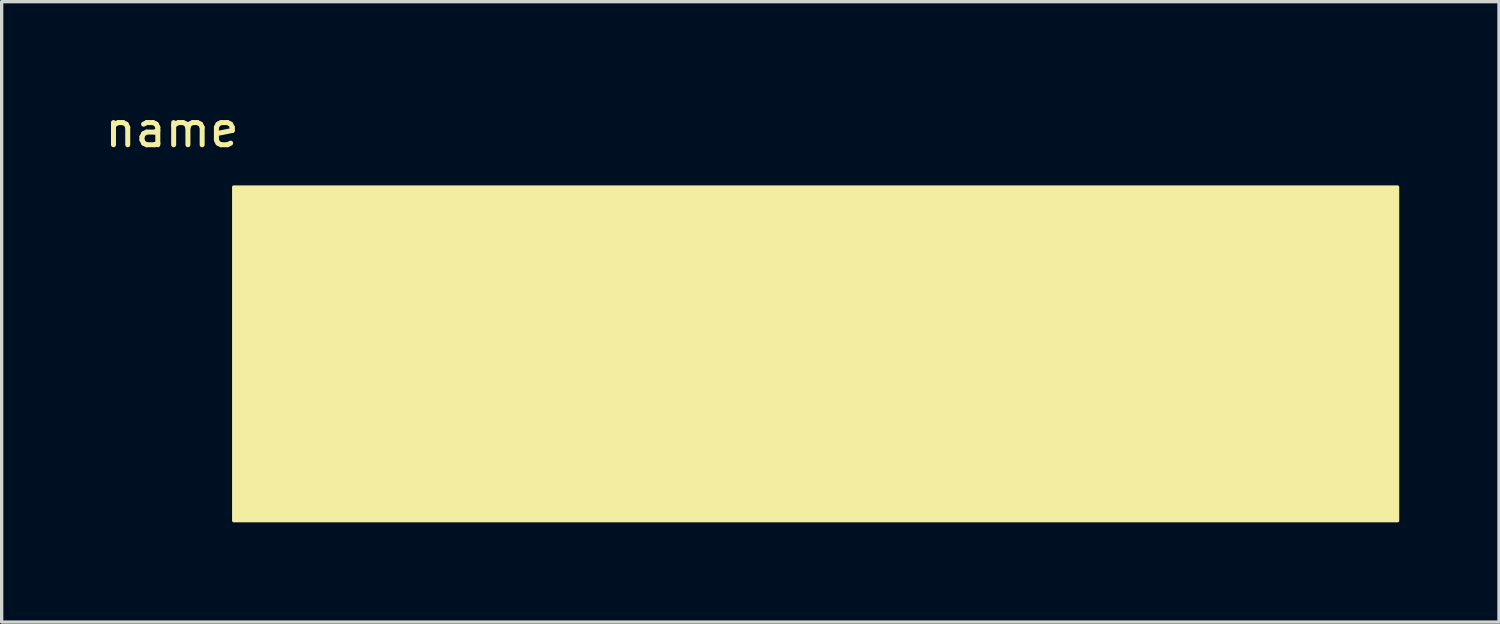
<source format=kicad_pcb>
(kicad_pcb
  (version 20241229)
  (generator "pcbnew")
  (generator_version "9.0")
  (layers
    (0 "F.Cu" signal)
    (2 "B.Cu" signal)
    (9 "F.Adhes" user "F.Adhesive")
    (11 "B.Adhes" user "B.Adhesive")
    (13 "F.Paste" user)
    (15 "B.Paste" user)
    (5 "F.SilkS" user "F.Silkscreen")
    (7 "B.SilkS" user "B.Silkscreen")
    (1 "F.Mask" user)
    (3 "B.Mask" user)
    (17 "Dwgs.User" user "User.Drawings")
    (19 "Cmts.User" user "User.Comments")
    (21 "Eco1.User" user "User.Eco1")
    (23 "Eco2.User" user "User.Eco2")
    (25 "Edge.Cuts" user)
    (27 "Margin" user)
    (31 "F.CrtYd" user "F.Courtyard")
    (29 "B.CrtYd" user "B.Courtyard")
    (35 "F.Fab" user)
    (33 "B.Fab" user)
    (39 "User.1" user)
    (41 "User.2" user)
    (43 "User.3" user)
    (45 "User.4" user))
  (footprint "name"
    (layer "F.Cu")
    (at 3.979 2.575)
    (property "Reference" "name" (at -1.854 -1.727 0) (layer "F.SilkS") (effects (font (size 1 1) (thickness 0.15))))
    (attr through_hole)
    (fp_poly (pts (xy 35.001 10.033) (xy 0 10.033) (xy 0 0) (xy 35.001 0)) (stroke (width 0.1) (type solid)) (fill yes) (layer "F.SilkS")))
  (gr_rect
    (start -3 -3)
    (end 42.03 15.658)
    (stroke (width 0.1) (type default))
    (fill no)
    (layer "Edge.Cuts")))
</source>
